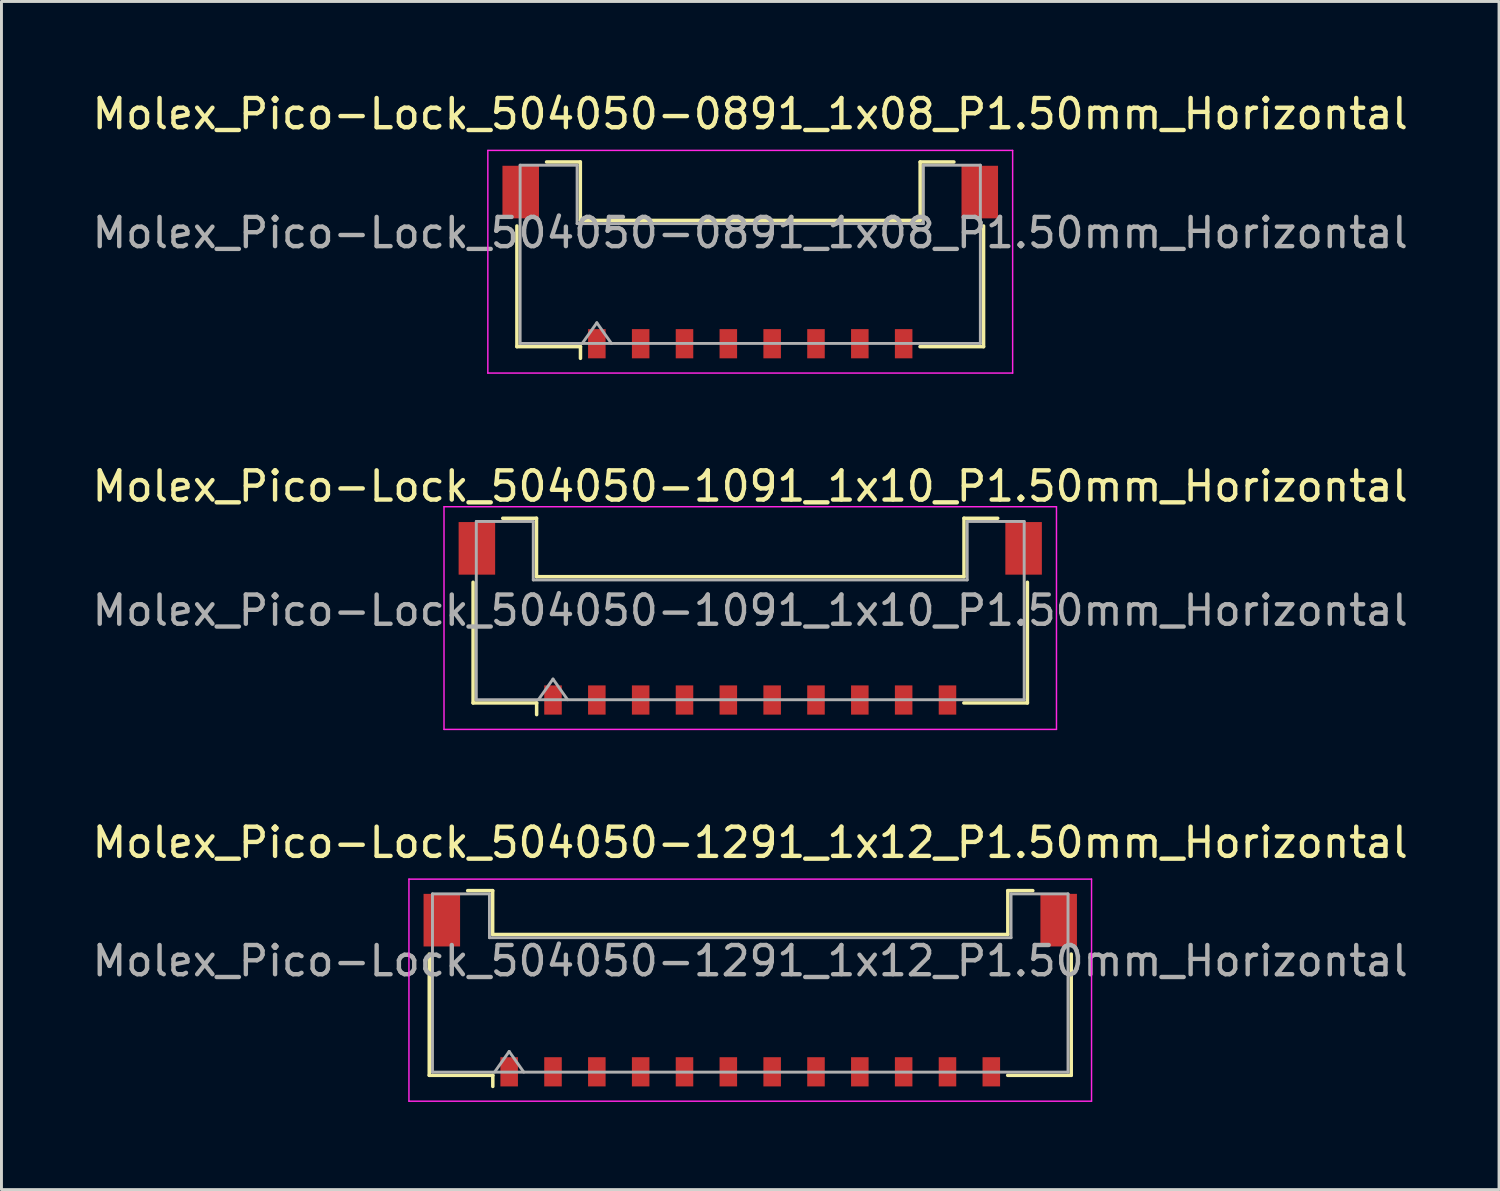
<source format=kicad_pcb>
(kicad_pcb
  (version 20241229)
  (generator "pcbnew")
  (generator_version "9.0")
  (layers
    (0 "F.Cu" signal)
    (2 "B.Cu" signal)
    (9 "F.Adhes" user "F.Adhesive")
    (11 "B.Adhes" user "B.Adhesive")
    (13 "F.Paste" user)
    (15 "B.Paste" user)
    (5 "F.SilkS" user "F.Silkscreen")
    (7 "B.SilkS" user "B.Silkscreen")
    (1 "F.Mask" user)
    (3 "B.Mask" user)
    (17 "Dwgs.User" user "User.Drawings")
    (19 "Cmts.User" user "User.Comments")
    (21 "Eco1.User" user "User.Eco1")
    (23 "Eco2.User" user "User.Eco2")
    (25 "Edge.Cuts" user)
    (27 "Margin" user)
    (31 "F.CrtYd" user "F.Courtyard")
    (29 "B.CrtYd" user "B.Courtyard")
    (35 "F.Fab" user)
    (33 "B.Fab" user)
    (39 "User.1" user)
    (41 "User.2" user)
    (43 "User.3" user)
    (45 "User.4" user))
  (footprint "Molex_Pico-Lock_504050-1091_1x10_P1.50mm_Horizontal"
    (layer "F.Cu")
    (at 22.625 18.111)
    (property "Reference" "Molex_Pico-Lock_504050-1091_1x10_P1.50mm_Horizontal" (at 0 -4.52 0) (layer "F.SilkS") (effects (font (size 1 1) (thickness 0.15))))
    (attr smd)
    (fp_line (start -9.485 -1.235) (end -9.485 2.895) (stroke (width 0.12) (type solid)) (layer "F.SilkS"))
    (fp_line (start -9.485 2.895) (end -7.31 2.895) (stroke (width 0.12) (type solid)) (layer "F.SilkS"))
    (fp_line (start -8.47 -3.425) (end -7.315 -3.425) (stroke (width 0.12) (type solid)) (layer "F.SilkS"))
    (fp_line (start -7.315 -3.425) (end -7.315 -1.425) (stroke (width 0.12) (type solid)) (layer "F.SilkS"))
    (fp_line (start -7.315 -1.425) (end 7.315 -1.425) (stroke (width 0.12) (type solid)) (layer "F.SilkS"))
    (fp_line (start -7.31 2.895) (end -7.31 3.295) (stroke (width 0.12) (type solid)) (layer "F.SilkS"))
    (fp_line (start 7.315 -3.425) (end 8.47 -3.425) (stroke (width 0.12) (type solid)) (layer "F.SilkS"))
    (fp_line (start 7.315 -1.425) (end 7.315 -3.425) (stroke (width 0.12) (type solid)) (layer "F.SilkS"))
    (fp_line (start 9.485 -1.235) (end 9.485 2.895) (stroke (width 0.12) (type solid)) (layer "F.SilkS"))
    (fp_line (start 9.485 2.895) (end 7.31 2.895) (stroke (width 0.12) (type solid)) (layer "F.SilkS"))
    (fp_line (start -10.48 -3.82) (end -10.48 3.8) (stroke (width 0.05) (type solid)) (layer "F.CrtYd"))
    (fp_line (start -10.48 3.8) (end 10.48 3.8) (stroke (width 0.05) (type solid)) (layer "F.CrtYd"))
    (fp_line (start 10.48 -3.82) (end -10.48 -3.82) (stroke (width 0.05) (type solid)) (layer "F.CrtYd"))
    (fp_line (start 10.48 3.8) (end 10.48 -3.82) (stroke (width 0.05) (type solid)) (layer "F.CrtYd"))
    (fp_line (start -9.375 -3.315) (end -7.425 -3.315) (stroke (width 0.1) (type solid)) (layer "F.Fab"))
    (fp_line (start -9.375 2.785) (end -9.375 -3.315) (stroke (width 0.1) (type solid)) (layer "F.Fab"))
    (fp_line (start -9.375 2.785) (end 9.375 2.785) (stroke (width 0.1) (type solid)) (layer "F.Fab"))
    (fp_line (start -7.425 -3.315) (end -7.425 -1.315) (stroke (width 0.1) (type solid)) (layer "F.Fab"))
    (fp_line (start -7.425 -1.315) (end 7.425 -1.315) (stroke (width 0.1) (type solid)) (layer "F.Fab"))
    (fp_line (start -7.25 2.785) (end -6.75 2.078) (stroke (width 0.1) (type solid)) (layer "F.Fab"))
    (fp_line (start -6.75 2.078) (end -6.25 2.785) (stroke (width 0.1) (type solid)) (layer "F.Fab"))
    (fp_line (start 7.425 -3.315) (end 9.375 -3.315) (stroke (width 0.1) (type solid)) (layer "F.Fab"))
    (fp_line (start 7.425 -1.315) (end 7.425 -3.315) (stroke (width 0.1) (type solid)) (layer "F.Fab"))
    (fp_line (start 9.375 2.785) (end 9.375 -3.315) (stroke (width 0.1) (type solid)) (layer "F.Fab"))
    (fp_text user "${REFERENCE}" (at 0 -0.27 0) (layer "F.Fab") (effects (font (size 1 1) (thickness 0.15))))
    (pad "" smd rect (at -9.355 -2.395) (size 1.25 1.8) (layers "F.Cu" "F.Mask" "F.Paste"))
    (pad "" smd rect (at 9.355 -2.395) (size 1.25 1.8) (layers "F.Cu" "F.Mask" "F.Paste"))
    (pad "1" smd rect (at -6.75 2.795) (size 0.6 1) (layers "F.Cu" "F.Mask" "F.Paste"))
    (pad "2" smd rect (at -5.25 2.795) (size 0.6 1) (layers "F.Cu" "F.Mask" "F.Paste"))
    (pad "3" smd rect (at -3.75 2.795) (size 0.6 1) (layers "F.Cu" "F.Mask" "F.Paste"))
    (pad "4" smd rect (at -2.25 2.795) (size 0.6 1) (layers "F.Cu" "F.Mask" "F.Paste"))
    (pad "5" smd rect (at -0.75 2.795) (size 0.6 1) (layers "F.Cu" "F.Mask" "F.Paste"))
    (pad "6" smd rect (at 0.75 2.795) (size 0.6 1) (layers "F.Cu" "F.Mask" "F.Paste"))
    (pad "7" smd rect (at 2.25 2.795) (size 0.6 1) (layers "F.Cu" "F.Mask" "F.Paste"))
    (pad "8" smd rect (at 3.75 2.795) (size 0.6 1) (layers "F.Cu" "F.Mask" "F.Paste"))
    (pad "9" smd rect (at 5.25 2.795) (size 0.6 1) (layers "F.Cu" "F.Mask" "F.Paste"))
    (pad "10" smd rect (at 6.75 2.795) (size 0.6 1) (layers "F.Cu" "F.Mask" "F.Paste")))
  (footprint "Molex_Pico-Lock_504050-1291_1x12_P1.50mm_Horizontal"
    (layer "F.Cu")
    (at 22.625 30.835)
    (property "Reference" "Molex_Pico-Lock_504050-1291_1x12_P1.50mm_Horizontal" (at 0 -5.05 0) (layer "F.SilkS") (effects (font (size 1 1) (thickness 0.15))))
    (attr smd)
    (fp_line (start -10.985 -1.235) (end -10.985 2.915) (stroke (width 0.12) (type solid)) (layer "F.SilkS"))
    (fp_line (start -10.985 2.915) (end -8.81 2.915) (stroke (width 0.12) (type solid)) (layer "F.SilkS"))
    (fp_line (start -9.67 -3.405) (end -8.815 -3.405) (stroke (width 0.12) (type solid)) (layer "F.SilkS"))
    (fp_line (start -8.815 -3.405) (end -8.815 -1.905) (stroke (width 0.12) (type solid)) (layer "F.SilkS"))
    (fp_line (start -8.815 -1.905) (end 8.815 -1.905) (stroke (width 0.12) (type solid)) (layer "F.SilkS"))
    (fp_line (start -8.81 2.915) (end -8.81 3.295) (stroke (width 0.12) (type solid)) (layer "F.SilkS"))
    (fp_line (start 8.815 -3.405) (end 9.67 -3.405) (stroke (width 0.12) (type solid)) (layer "F.SilkS"))
    (fp_line (start 8.815 -1.905) (end 8.815 -3.405) (stroke (width 0.12) (type solid)) (layer "F.SilkS"))
    (fp_line (start 10.985 -1.235) (end 10.985 2.915) (stroke (width 0.12) (type solid)) (layer "F.SilkS"))
    (fp_line (start 10.985 2.915) (end 8.81 2.915) (stroke (width 0.12) (type solid)) (layer "F.SilkS"))
    (fp_line (start -11.68 -3.8) (end -11.68 3.8) (stroke (width 0.05) (type solid)) (layer "F.CrtYd"))
    (fp_line (start -11.68 3.8) (end 11.68 3.8) (stroke (width 0.05) (type solid)) (layer "F.CrtYd"))
    (fp_line (start 11.68 -3.8) (end -11.68 -3.8) (stroke (width 0.05) (type solid)) (layer "F.CrtYd"))
    (fp_line (start 11.68 3.8) (end 11.68 -3.8) (stroke (width 0.05) (type solid)) (layer "F.CrtYd"))
    (fp_line (start -10.875 -3.295) (end -8.925 -3.295) (stroke (width 0.1) (type solid)) (layer "F.Fab"))
    (fp_line (start -10.875 2.805) (end -10.875 -3.295) (stroke (width 0.1) (type solid)) (layer "F.Fab"))
    (fp_line (start -10.875 2.805) (end 10.875 2.805) (stroke (width 0.1) (type solid)) (layer "F.Fab"))
    (fp_line (start -8.925 -3.295) (end -8.925 -1.795) (stroke (width 0.1) (type solid)) (layer "F.Fab"))
    (fp_line (start -8.925 -1.795) (end 8.925 -1.795) (stroke (width 0.1) (type solid)) (layer "F.Fab"))
    (fp_line (start -8.75 2.805) (end -8.25 2.098) (stroke (width 0.1) (type solid)) (layer "F.Fab"))
    (fp_line (start -8.25 2.098) (end -7.75 2.805) (stroke (width 0.1) (type solid)) (layer "F.Fab"))
    (fp_line (start 8.925 -3.295) (end 10.875 -3.295) (stroke (width 0.1) (type solid)) (layer "F.Fab"))
    (fp_line (start 8.925 -1.795) (end 8.925 -3.295) (stroke (width 0.1) (type solid)) (layer "F.Fab"))
    (fp_line (start 10.875 2.805) (end 10.875 -3.295) (stroke (width 0.1) (type solid)) (layer "F.Fab"))
    (fp_text user "${REFERENCE}" (at 0 -1 0) (layer "F.Fab") (effects (font (size 1 1) (thickness 0.15))))
    (pad "" smd rect (at -10.555 -2.395) (size 1.25 1.8) (layers "F.Cu" "F.Mask" "F.Paste"))
    (pad "" smd rect (at 10.555 -2.395) (size 1.25 1.8) (layers "F.Cu" "F.Mask" "F.Paste"))
    (pad "1" smd rect (at -8.25 2.795) (size 0.6 1) (layers "F.Cu" "F.Mask" "F.Paste"))
    (pad "2" smd rect (at -6.75 2.795) (size 0.6 1) (layers "F.Cu" "F.Mask" "F.Paste"))
    (pad "3" smd rect (at -5.25 2.795) (size 0.6 1) (layers "F.Cu" "F.Mask" "F.Paste"))
    (pad "4" smd rect (at -3.75 2.795) (size 0.6 1) (layers "F.Cu" "F.Mask" "F.Paste"))
    (pad "5" smd rect (at -2.25 2.795) (size 0.6 1) (layers "F.Cu" "F.Mask" "F.Paste"))
    (pad "6" smd rect (at -0.75 2.795) (size 0.6 1) (layers "F.Cu" "F.Mask" "F.Paste"))
    (pad "7" smd rect (at 0.75 2.795) (size 0.6 1) (layers "F.Cu" "F.Mask" "F.Paste"))
    (pad "8" smd rect (at 2.25 2.795) (size 0.6 1) (layers "F.Cu" "F.Mask" "F.Paste"))
    (pad "9" smd rect (at 3.75 2.795) (size 0.6 1) (layers "F.Cu" "F.Mask" "F.Paste"))
    (pad "10" smd rect (at 5.25 2.795) (size 0.6 1) (layers "F.Cu" "F.Mask" "F.Paste"))
    (pad "11" smd rect (at 6.75 2.795) (size 0.6 1) (layers "F.Cu" "F.Mask" "F.Paste"))
    (pad "12" smd rect (at 8.25 2.795) (size 0.6 1) (layers "F.Cu" "F.Mask" "F.Paste")))
  (footprint "Molex_Pico-Lock_504050-0891_1x08_P1.50mm_Horizontal"
    (layer "F.Cu")
    (at 22.625 5.918)
    (property "Reference" "Molex_Pico-Lock_504050-0891_1x08_P1.50mm_Horizontal" (at 0 -5.07 0) (layer "F.SilkS") (effects (font (size 1 1) (thickness 0.15))))
    (attr smd)
    (fp_line (start -7.985 -1.235) (end -7.985 2.895) (stroke (width 0.12) (type solid)) (layer "F.SilkS"))
    (fp_line (start -7.985 2.895) (end -5.81 2.895) (stroke (width 0.12) (type solid)) (layer "F.SilkS"))
    (fp_line (start -6.97 -3.425) (end -5.815 -3.425) (stroke (width 0.12) (type solid)) (layer "F.SilkS"))
    (fp_line (start -5.815 -3.425) (end -5.815 -1.425) (stroke (width 0.12) (type solid)) (layer "F.SilkS"))
    (fp_line (start -5.815 -1.425) (end 5.815 -1.425) (stroke (width 0.12) (type solid)) (layer "F.SilkS"))
    (fp_line (start -5.81 2.895) (end -5.81 3.295) (stroke (width 0.12) (type solid)) (layer "F.SilkS"))
    (fp_line (start 5.815 -3.425) (end 6.97 -3.425) (stroke (width 0.12) (type solid)) (layer "F.SilkS"))
    (fp_line (start 5.815 -1.425) (end 5.815 -3.425) (stroke (width 0.12) (type solid)) (layer "F.SilkS"))
    (fp_line (start 7.985 -1.235) (end 7.985 2.895) (stroke (width 0.12) (type solid)) (layer "F.SilkS"))
    (fp_line (start 7.985 2.895) (end 5.81 2.895) (stroke (width 0.12) (type solid)) (layer "F.SilkS"))
    (fp_line (start -8.98 -3.82) (end -8.98 3.8) (stroke (width 0.05) (type solid)) (layer "F.CrtYd"))
    (fp_line (start -8.98 3.8) (end 8.98 3.8) (stroke (width 0.05) (type solid)) (layer "F.CrtYd"))
    (fp_line (start 8.98 -3.82) (end -8.98 -3.82) (stroke (width 0.05) (type solid)) (layer "F.CrtYd"))
    (fp_line (start 8.98 3.8) (end 8.98 -3.82) (stroke (width 0.05) (type solid)) (layer "F.CrtYd"))
    (fp_line (start -7.875 -3.315) (end -5.925 -3.315) (stroke (width 0.1) (type solid)) (layer "F.Fab"))
    (fp_line (start -7.875 2.785) (end -7.875 -3.315) (stroke (width 0.1) (type solid)) (layer "F.Fab"))
    (fp_line (start -7.875 2.785) (end 7.875 2.785) (stroke (width 0.1) (type solid)) (layer "F.Fab"))
    (fp_line (start -5.925 -3.315) (end -5.925 -1.315) (stroke (width 0.1) (type solid)) (layer "F.Fab"))
    (fp_line (start -5.925 -1.315) (end 5.925 -1.315) (stroke (width 0.1) (type solid)) (layer "F.Fab"))
    (fp_line (start -5.75 2.785) (end -5.25 2.078) (stroke (width 0.1) (type solid)) (layer "F.Fab"))
    (fp_line (start -5.25 2.078) (end -4.75 2.785) (stroke (width 0.1) (type solid)) (layer "F.Fab"))
    (fp_line (start 5.925 -3.315) (end 7.875 -3.315) (stroke (width 0.1) (type solid)) (layer "F.Fab"))
    (fp_line (start 5.925 -1.315) (end 5.925 -3.315) (stroke (width 0.1) (type solid)) (layer "F.Fab"))
    (fp_line (start 7.875 2.785) (end 7.875 -3.315) (stroke (width 0.1) (type solid)) (layer "F.Fab"))
    (fp_text user "${REFERENCE}" (at 0 -1 0) (layer "F.Fab") (effects (font (size 1 1) (thickness 0.15))))
    (pad "" smd rect (at -7.855 -2.395) (size 1.25 1.8) (layers "F.Cu" "F.Mask" "F.Paste"))
    (pad "" smd rect (at 7.855 -2.395) (size 1.25 1.8) (layers "F.Cu" "F.Mask" "F.Paste"))
    (pad "1" smd rect (at -5.25 2.795) (size 0.6 1) (layers "F.Cu" "F.Mask" "F.Paste"))
    (pad "2" smd rect (at -3.75 2.795) (size 0.6 1) (layers "F.Cu" "F.Mask" "F.Paste"))
    (pad "3" smd rect (at -2.25 2.795) (size 0.6 1) (layers "F.Cu" "F.Mask" "F.Paste"))
    (pad "4" smd rect (at -0.75 2.795) (size 0.6 1) (layers "F.Cu" "F.Mask" "F.Paste"))
    (pad "5" smd rect (at 0.75 2.795) (size 0.6 1) (layers "F.Cu" "F.Mask" "F.Paste"))
    (pad "6" smd rect (at 2.25 2.795) (size 0.6 1) (layers "F.Cu" "F.Mask" "F.Paste"))
    (pad "7" smd rect (at 3.75 2.795) (size 0.6 1) (layers "F.Cu" "F.Mask" "F.Paste"))
    (pad "8" smd rect (at 5.25 2.795) (size 0.6 1) (layers "F.Cu" "F.Mask" "F.Paste")))
  (gr_rect
    (start -3 -3)
    (end 48.25 37.66)
    (stroke (width 0.1) (type default))
    (fill no)
    (layer "Edge.Cuts")))
</source>
